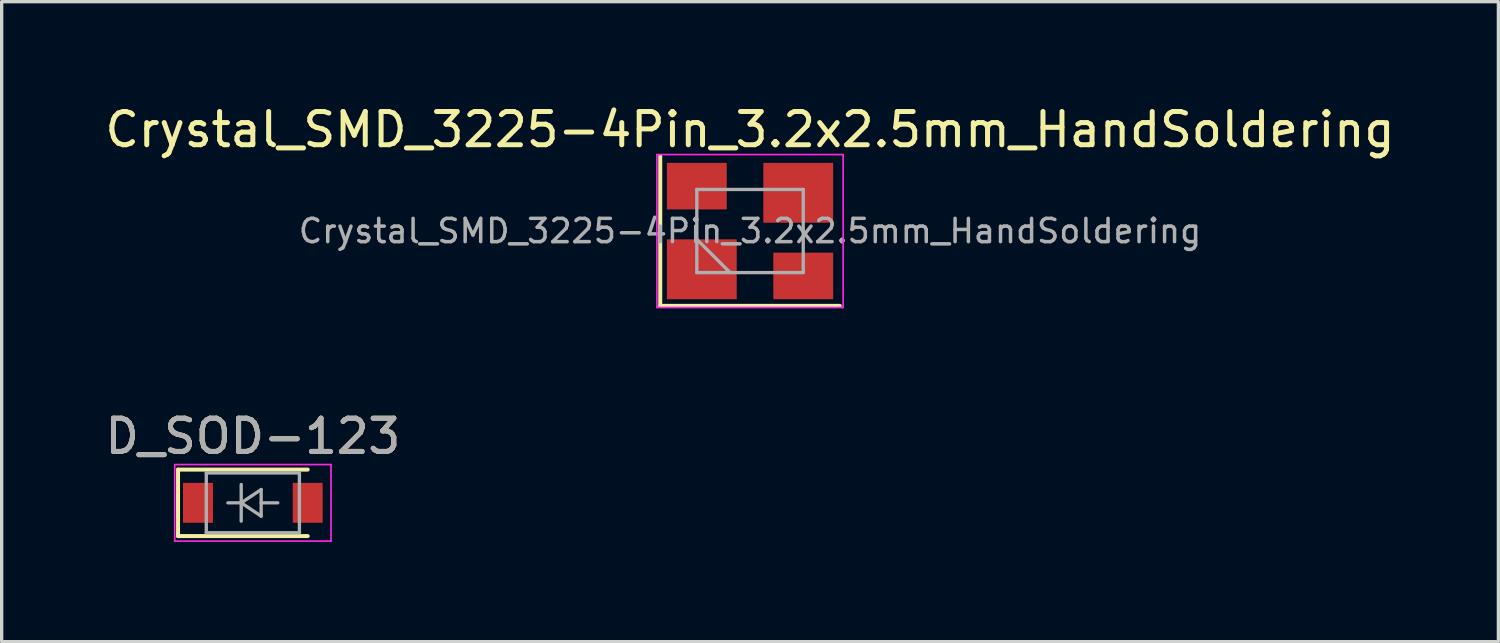
<source format=kicad_pcb>
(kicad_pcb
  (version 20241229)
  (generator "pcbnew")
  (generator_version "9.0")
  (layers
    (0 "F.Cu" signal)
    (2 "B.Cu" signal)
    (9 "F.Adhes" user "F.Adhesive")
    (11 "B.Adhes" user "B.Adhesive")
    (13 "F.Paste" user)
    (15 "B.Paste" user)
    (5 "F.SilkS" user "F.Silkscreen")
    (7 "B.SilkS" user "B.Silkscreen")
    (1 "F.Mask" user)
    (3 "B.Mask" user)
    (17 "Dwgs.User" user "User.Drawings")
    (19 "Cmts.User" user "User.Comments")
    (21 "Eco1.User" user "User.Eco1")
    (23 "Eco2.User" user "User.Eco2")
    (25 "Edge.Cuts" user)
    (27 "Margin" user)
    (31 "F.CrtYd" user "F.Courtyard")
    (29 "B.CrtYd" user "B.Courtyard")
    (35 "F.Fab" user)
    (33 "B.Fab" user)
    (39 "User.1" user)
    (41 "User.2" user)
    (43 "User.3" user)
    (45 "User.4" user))
  (footprint "Crystal_SMD_3225-4Pin_3.2x2.5mm_HandSoldering"
    (layer "F.Cu")
    (at 19.506 3.898)
    (property "Reference" "Crystal_SMD_3225-4Pin_3.2x2.5mm_HandSoldering" (at 0 -3.05 0) (layer "F.SilkS") (effects (font (size 1 1) (thickness 0.15))))
    (attr smd)
    (fp_line (start -2.7 -2.25) (end -2.7 2.25) (stroke (width 0.12) (type solid)) (layer "F.SilkS"))
    (fp_line (start -2.7 2.25) (end 2.7 2.25) (stroke (width 0.12) (type solid)) (layer "F.SilkS"))
    (fp_line (start -2.8 -2.3) (end -2.8 2.3) (stroke (width 0.05) (type solid)) (layer "F.CrtYd"))
    (fp_line (start -2.8 2.3) (end 2.8 2.3) (stroke (width 0.05) (type solid)) (layer "F.CrtYd"))
    (fp_line (start 2.8 -2.3) (end -2.8 -2.3) (stroke (width 0.05) (type solid)) (layer "F.CrtYd"))
    (fp_line (start 2.8 2.3) (end 2.8 -2.3) (stroke (width 0.05) (type solid)) (layer "F.CrtYd"))
    (fp_line (start -1.6 -1.25) (end -1.6 1.25) (stroke (width 0.1) (type solid)) (layer "F.Fab"))
    (fp_line (start -1.6 0.25) (end -0.6 1.25) (stroke (width 0.1) (type solid)) (layer "F.Fab"))
    (fp_line (start -1.6 1.25) (end 1.6 1.25) (stroke (width 0.1) (type solid)) (layer "F.Fab"))
    (fp_line (start 1.6 -1.25) (end -1.6 -1.25) (stroke (width 0.1) (type solid)) (layer "F.Fab"))
    (fp_line (start 1.6 1.25) (end 1.6 -1.25) (stroke (width 0.1) (type solid)) (layer "F.Fab"))
    (fp_text user "${REFERENCE}" (at 0 0 0) (layer "F.Fab") (effects (font (size 0.7 0.7) (thickness 0.105))))
    (pad "1" smd rect (at -1.45 1.15) (size 2.1 1.8) (layers "F.Cu" "F.Mask" "F.Paste"))
    (pad "2" smd rect (at 1.6 1.35) (size 1.8 1.4) (layers "F.Cu" "F.Mask" "F.Paste"))
    (pad "3" smd rect (at 1.45 -1.15) (size 2.1 1.8) (layers "F.Cu" "F.Mask" "F.Paste"))
    (pad "4" smd rect (at -1.6 -1.35) (size 1.8 1.4) (layers "F.Cu" "F.Mask" "F.Paste")))
  (footprint "D_SOD-123"
    (layer "F.Cu")
    (at 4.554 12.072)
    (property "Reference" "D_SOD-123" (at 0 -2 0) (layer "F.SilkS") (effects (font (size 1 1) (thickness 0.15))))
    (attr smd)
    (fp_line (start -2.25 -1) (end -2.25 1) (stroke (width 0.12) (type solid)) (layer "F.SilkS"))
    (fp_line (start -2.25 -1) (end 1.65 -1) (stroke (width 0.12) (type solid)) (layer "F.SilkS"))
    (fp_line (start -2.25 1) (end 1.65 1) (stroke (width 0.12) (type solid)) (layer "F.SilkS"))
    (fp_line (start -2.35 -1.15) (end -2.35 1.15) (stroke (width 0.05) (type solid)) (layer "F.CrtYd"))
    (fp_line (start -2.35 -1.15) (end 2.35 -1.15) (stroke (width 0.05) (type solid)) (layer "F.CrtYd"))
    (fp_line (start 2.35 -1.15) (end 2.35 1.15) (stroke (width 0.05) (type solid)) (layer "F.CrtYd"))
    (fp_line (start 2.35 1.15) (end -2.35 1.15) (stroke (width 0.05) (type solid)) (layer "F.CrtYd"))
    (fp_line (start -1.4 -0.9) (end 1.4 -0.9) (stroke (width 0.1) (type solid)) (layer "F.Fab"))
    (fp_line (start -1.4 0.9) (end -1.4 -0.9) (stroke (width 0.1) (type solid)) (layer "F.Fab"))
    (fp_line (start -0.75 0) (end -0.35 0) (stroke (width 0.1) (type solid)) (layer "F.Fab"))
    (fp_line (start -0.35 0) (end -0.35 -0.55) (stroke (width 0.1) (type solid)) (layer "F.Fab"))
    (fp_line (start -0.35 0) (end -0.35 0.55) (stroke (width 0.1) (type solid)) (layer "F.Fab"))
    (fp_line (start -0.35 0) (end 0.25 -0.4) (stroke (width 0.1) (type solid)) (layer "F.Fab"))
    (fp_line (start 0.25 -0.4) (end 0.25 0.4) (stroke (width 0.1) (type solid)) (layer "F.Fab"))
    (fp_line (start 0.25 0) (end 0.75 0) (stroke (width 0.1) (type solid)) (layer "F.Fab"))
    (fp_line (start 0.25 0.4) (end -0.35 0) (stroke (width 0.1) (type solid)) (layer "F.Fab"))
    (fp_line (start 1.4 -0.9) (end 1.4 0.9) (stroke (width 0.1) (type solid)) (layer "F.Fab"))
    (fp_line (start 1.4 0.9) (end -1.4 0.9) (stroke (width 0.1) (type solid)) (layer "F.Fab"))
    (fp_text user "${REFERENCE}" (at 0 -2 0) (layer "F.Fab") (effects (font (size 1 1) (thickness 0.15))))
    (pad "A" smd rect (at 1.65 0) (size 0.9 1.2) (layers "F.Cu" "F.Mask" "F.Paste"))
    (pad "K" smd rect (at -1.65 0) (size 0.9 1.2) (layers "F.Cu" "F.Mask" "F.Paste")))
  (gr_rect
    (start -3 -3)
    (end 42.012 16.247)
    (stroke (width 0.1) (type default))
    (fill no)
    (layer "Edge.Cuts")))
</source>
